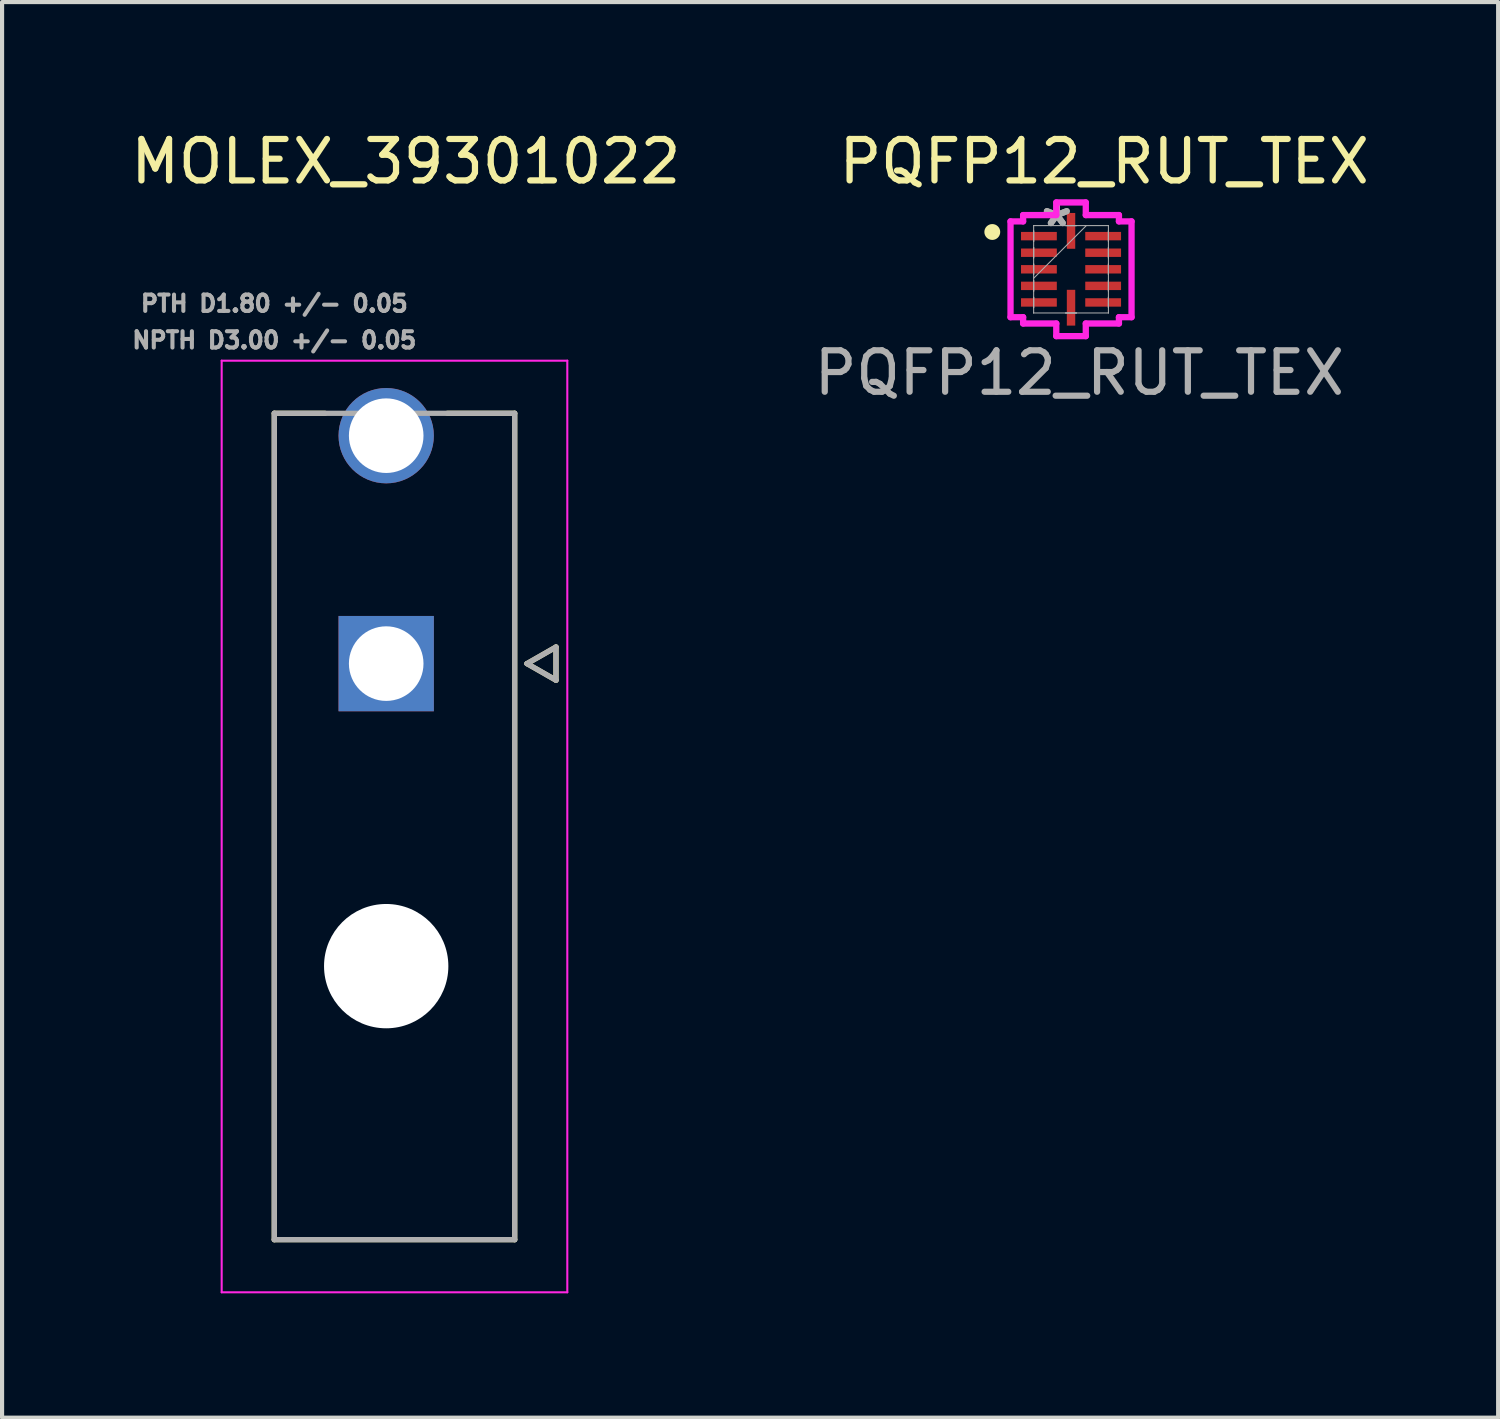
<source format=kicad_pcb>
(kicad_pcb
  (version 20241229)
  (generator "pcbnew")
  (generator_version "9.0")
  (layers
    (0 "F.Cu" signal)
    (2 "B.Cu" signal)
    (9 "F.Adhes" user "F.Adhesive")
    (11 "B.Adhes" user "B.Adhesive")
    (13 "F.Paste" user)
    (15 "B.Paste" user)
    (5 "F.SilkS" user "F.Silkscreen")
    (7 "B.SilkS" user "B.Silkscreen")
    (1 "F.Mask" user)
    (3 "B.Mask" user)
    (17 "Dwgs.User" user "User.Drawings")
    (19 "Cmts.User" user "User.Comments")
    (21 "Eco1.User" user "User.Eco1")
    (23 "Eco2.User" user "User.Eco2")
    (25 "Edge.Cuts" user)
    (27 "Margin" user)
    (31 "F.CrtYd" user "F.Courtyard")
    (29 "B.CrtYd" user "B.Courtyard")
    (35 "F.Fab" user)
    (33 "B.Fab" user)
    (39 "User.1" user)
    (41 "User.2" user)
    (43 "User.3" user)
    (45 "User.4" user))
  (footprint "PQFP12_RUT_TEX"
    (layer "F.Cu")
    (at 22.794 3.448)
    (property "Reference" "PQFP12_RUT_TEX" (at 0.8 -2.6 0) (unlocked yes) (layer "F.SilkS") (effects (font (size 1 1) (thickness 0.15))))
    (attr smd)
    (fp_circle (center -1.9 -0.9) (end -2 -1) (stroke (width 0.1) (type solid)) (fill yes) (layer "F.SilkS"))
    (fp_line (start -1.46 -1.156) (end -1.156 -1.156) (stroke (width 0.152) (type solid)) (layer "F.CrtYd"))
    (fp_line (start -1.46 1.156) (end -1.46 -1.156) (stroke (width 0.152) (type solid)) (layer "F.CrtYd"))
    (fp_line (start -1.156 -1.308) (end -0.356 -1.308) (stroke (width 0.152) (type solid)) (layer "F.CrtYd"))
    (fp_line (start -1.156 -1.156) (end -1.156 -1.308) (stroke (width 0.152) (type solid)) (layer "F.CrtYd"))
    (fp_line (start -1.156 1.156) (end -1.46 1.156) (stroke (width 0.152) (type solid)) (layer "F.CrtYd"))
    (fp_line (start -1.156 1.308) (end -1.156 1.156) (stroke (width 0.152) (type solid)) (layer "F.CrtYd"))
    (fp_line (start -0.356 -1.613) (end 0.356 -1.613) (stroke (width 0.152) (type solid)) (layer "F.CrtYd"))
    (fp_line (start -0.356 -1.308) (end -0.356 -1.613) (stroke (width 0.152) (type solid)) (layer "F.CrtYd"))
    (fp_line (start -0.356 1.308) (end -1.156 1.308) (stroke (width 0.152) (type solid)) (layer "F.CrtYd"))
    (fp_line (start -0.356 1.613) (end -0.356 1.308) (stroke (width 0.152) (type solid)) (layer "F.CrtYd"))
    (fp_line (start 0.356 -1.613) (end 0.356 -1.308) (stroke (width 0.152) (type solid)) (layer "F.CrtYd"))
    (fp_line (start 0.356 -1.308) (end 1.156 -1.308) (stroke (width 0.152) (type solid)) (layer "F.CrtYd"))
    (fp_line (start 0.356 1.308) (end 0.356 1.613) (stroke (width 0.152) (type solid)) (layer "F.CrtYd"))
    (fp_line (start 0.356 1.613) (end -0.356 1.613) (stroke (width 0.152) (type solid)) (layer "F.CrtYd"))
    (fp_line (start 1.156 -1.308) (end 1.156 -1.156) (stroke (width 0.152) (type solid)) (layer "F.CrtYd"))
    (fp_line (start 1.156 -1.156) (end 1.46 -1.156) (stroke (width 0.152) (type solid)) (layer "F.CrtYd"))
    (fp_line (start 1.156 1.156) (end 1.156 1.308) (stroke (width 0.152) (type solid)) (layer "F.CrtYd"))
    (fp_line (start 1.156 1.308) (end 0.356 1.308) (stroke (width 0.152) (type solid)) (layer "F.CrtYd"))
    (fp_line (start 1.46 -1.156) (end 1.46 1.156) (stroke (width 0.152) (type solid)) (layer "F.CrtYd"))
    (fp_line (start 1.46 1.156) (end 1.156 1.156) (stroke (width 0.152) (type solid)) (layer "F.CrtYd"))
    (fp_line (start -0.902 -1.054) (end -0.902 -1.054) (stroke (width 0.025) (type solid)) (layer "F.Fab"))
    (fp_line (start -0.902 -1.054) (end -0.902 1.054) (stroke (width 0.025) (type solid)) (layer "F.Fab"))
    (fp_line (start -0.902 -0.927) (end -0.902 -0.927) (stroke (width 0.025) (type solid)) (layer "F.Fab"))
    (fp_line (start -0.902 -0.927) (end -0.902 -0.673) (stroke (width 0.025) (type solid)) (layer "F.Fab"))
    (fp_line (start -0.902 -0.673) (end -0.902 -0.927) (stroke (width 0.025) (type solid)) (layer "F.Fab"))
    (fp_line (start -0.902 -0.673) (end -0.902 -0.673) (stroke (width 0.025) (type solid)) (layer "F.Fab"))
    (fp_line (start -0.902 -0.527) (end -0.902 -0.527) (stroke (width 0.025) (type solid)) (layer "F.Fab"))
    (fp_line (start -0.902 -0.527) (end -0.902 -0.273) (stroke (width 0.025) (type solid)) (layer "F.Fab"))
    (fp_line (start -0.902 -0.273) (end -0.902 -0.527) (stroke (width 0.025) (type solid)) (layer "F.Fab"))
    (fp_line (start -0.902 -0.273) (end -0.902 -0.273) (stroke (width 0.025) (type solid)) (layer "F.Fab"))
    (fp_line (start -0.902 -0.127) (end -0.902 -0.127) (stroke (width 0.025) (type solid)) (layer "F.Fab"))
    (fp_line (start -0.902 -0.127) (end -0.902 0.127) (stroke (width 0.025) (type solid)) (layer "F.Fab"))
    (fp_line (start -0.902 0.127) (end -0.902 -0.127) (stroke (width 0.025) (type solid)) (layer "F.Fab"))
    (fp_line (start -0.902 0.127) (end -0.902 0.127) (stroke (width 0.025) (type solid)) (layer "F.Fab"))
    (fp_line (start -0.902 0.216) (end 0.368 -1.054) (stroke (width 0.025) (type solid)) (layer "F.Fab"))
    (fp_line (start -0.902 0.273) (end -0.902 0.273) (stroke (width 0.025) (type solid)) (layer "F.Fab"))
    (fp_line (start -0.902 0.273) (end -0.902 0.527) (stroke (width 0.025) (type solid)) (layer "F.Fab"))
    (fp_line (start -0.902 0.527) (end -0.902 0.273) (stroke (width 0.025) (type solid)) (layer "F.Fab"))
    (fp_line (start -0.902 0.527) (end -0.902 0.527) (stroke (width 0.025) (type solid)) (layer "F.Fab"))
    (fp_line (start -0.902 0.673) (end -0.902 0.673) (stroke (width 0.025) (type solid)) (layer "F.Fab"))
    (fp_line (start -0.902 0.673) (end -0.902 0.927) (stroke (width 0.025) (type solid)) (layer "F.Fab"))
    (fp_line (start -0.902 0.927) (end -0.902 0.673) (stroke (width 0.025) (type solid)) (layer "F.Fab"))
    (fp_line (start -0.902 0.927) (end -0.902 0.927) (stroke (width 0.025) (type solid)) (layer "F.Fab"))
    (fp_line (start -0.902 1.054) (end -0.902 1.054) (stroke (width 0.025) (type solid)) (layer "F.Fab"))
    (fp_line (start -0.902 1.054) (end 0.902 1.054) (stroke (width 0.025) (type solid)) (layer "F.Fab"))
    (fp_line (start -0.127 -1.054) (end -0.127 -1.054) (stroke (width 0.025) (type solid)) (layer "F.Fab"))
    (fp_line (start -0.127 -1.054) (end 0.127 -1.054) (stroke (width 0.025) (type solid)) (layer "F.Fab"))
    (fp_line (start -0.127 1.054) (end -0.127 1.054) (stroke (width 0.025) (type solid)) (layer "F.Fab"))
    (fp_line (start -0.127 1.054) (end 0.127 1.054) (stroke (width 0.025) (type solid)) (layer "F.Fab"))
    (fp_line (start 0.127 -1.054) (end -0.127 -1.054) (stroke (width 0.025) (type solid)) (layer "F.Fab"))
    (fp_line (start 0.127 -1.054) (end 0.127 -1.054) (stroke (width 0.025) (type solid)) (layer "F.Fab"))
    (fp_line (start 0.127 1.054) (end -0.127 1.054) (stroke (width 0.025) (type solid)) (layer "F.Fab"))
    (fp_line (start 0.127 1.054) (end 0.127 1.054) (stroke (width 0.025) (type solid)) (layer "F.Fab"))
    (fp_line (start 0.902 -1.054) (end -0.902 -1.054) (stroke (width 0.025) (type solid)) (layer "F.Fab"))
    (fp_line (start 0.902 -1.054) (end 0.902 -1.054) (stroke (width 0.025) (type solid)) (layer "F.Fab"))
    (fp_line (start 0.902 -0.927) (end 0.902 -0.927) (stroke (width 0.025) (type solid)) (layer "F.Fab"))
    (fp_line (start 0.902 -0.927) (end 0.902 -0.673) (stroke (width 0.025) (type solid)) (layer "F.Fab"))
    (fp_line (start 0.902 -0.673) (end 0.902 -0.927) (stroke (width 0.025) (type solid)) (layer "F.Fab"))
    (fp_line (start 0.902 -0.673) (end 0.902 -0.673) (stroke (width 0.025) (type solid)) (layer "F.Fab"))
    (fp_line (start 0.902 -0.527) (end 0.902 -0.527) (stroke (width 0.025) (type solid)) (layer "F.Fab"))
    (fp_line (start 0.902 -0.527) (end 0.902 -0.273) (stroke (width 0.025) (type solid)) (layer "F.Fab"))
    (fp_line (start 0.902 -0.273) (end 0.902 -0.527) (stroke (width 0.025) (type solid)) (layer "F.Fab"))
    (fp_line (start 0.902 -0.273) (end 0.902 -0.273) (stroke (width 0.025) (type solid)) (layer "F.Fab"))
    (fp_line (start 0.902 -0.127) (end 0.902 -0.127) (stroke (width 0.025) (type solid)) (layer "F.Fab"))
    (fp_line (start 0.902 -0.127) (end 0.902 0.127) (stroke (width 0.025) (type solid)) (layer "F.Fab"))
    (fp_line (start 0.902 0.127) (end 0.902 -0.127) (stroke (width 0.025) (type solid)) (layer "F.Fab"))
    (fp_line (start 0.902 0.127) (end 0.902 0.127) (stroke (width 0.025) (type solid)) (layer "F.Fab"))
    (fp_line (start 0.902 0.273) (end 0.902 0.273) (stroke (width 0.025) (type solid)) (layer "F.Fab"))
    (fp_line (start 0.902 0.273) (end 0.902 0.527) (stroke (width 0.025) (type solid)) (layer "F.Fab"))
    (fp_line (start 0.902 0.527) (end 0.902 0.273) (stroke (width 0.025) (type solid)) (layer "F.Fab"))
    (fp_line (start 0.902 0.527) (end 0.902 0.527) (stroke (width 0.025) (type solid)) (layer "F.Fab"))
    (fp_line (start 0.902 0.673) (end 0.902 0.673) (stroke (width 0.025) (type solid)) (layer "F.Fab"))
    (fp_line (start 0.902 0.673) (end 0.902 0.927) (stroke (width 0.025) (type solid)) (layer "F.Fab"))
    (fp_line (start 0.902 0.927) (end 0.902 0.673) (stroke (width 0.025) (type solid)) (layer "F.Fab"))
    (fp_line (start 0.902 0.927) (end 0.902 0.927) (stroke (width 0.025) (type solid)) (layer "F.Fab"))
    (fp_line (start 0.902 1.054) (end 0.902 -1.054) (stroke (width 0.025) (type solid)) (layer "F.Fab"))
    (fp_line (start 0.902 1.054) (end 0.902 1.054) (stroke (width 0.025) (type solid)) (layer "F.Fab"))
    (fp_text user "*" (at -0.343 -1 0) (unlocked yes) (layer "F.Fab") (effects (font (size 1 1) (thickness 0.15))))
    (fp_text user "*" (at -0.343 -1 0) (layer "F.Fab") (effects (font (size 1 1) (thickness 0.15))))
    (fp_text user "${REFERENCE}" (at 0.2 2.5 0) (unlocked yes) (layer "F.Fab") (effects (font (size 1 1) (thickness 0.15))))
    (pad "1" smd rect (at -0.775 -0.8 90) (size 0.203 0.864) (layers "F.Cu" "F.Mask" "F.Paste"))
    (pad "2" smd rect (at -0.775 -0.4 90) (size 0.203 0.864) (layers "F.Cu" "F.Mask" "F.Paste"))
    (pad "3" smd rect (at -0.775 0 90) (size 0.203 0.864) (layers "F.Cu" "F.Mask" "F.Paste"))
    (pad "4" smd rect (at -0.775 0.4 90) (size 0.203 0.864) (layers "F.Cu" "F.Mask" "F.Paste"))
    (pad "5" smd rect (at -0.775 0.8 90) (size 0.203 0.864) (layers "F.Cu" "F.Mask" "F.Paste"))
    (pad "6" smd rect (at 0 0.927) (size 0.203 0.864) (layers "F.Cu" "F.Mask" "F.Paste"))
    (pad "7" smd rect (at 0.775 0.8 90) (size 0.203 0.864) (layers "F.Cu" "F.Mask" "F.Paste"))
    (pad "8" smd rect (at 0.775 0.4 90) (size 0.203 0.864) (layers "F.Cu" "F.Mask" "F.Paste"))
    (pad "9" smd rect (at 0.775 0 90) (size 0.203 0.864) (layers "F.Cu" "F.Mask" "F.Paste"))
    (pad "10" smd rect (at 0.775 -0.4 90) (size 0.203 0.864) (layers "F.Cu" "F.Mask" "F.Paste"))
    (pad "11" smd rect (at 0.775 -0.8 90) (size 0.203 0.864) (layers "F.Cu" "F.Mask" "F.Paste"))
    (pad "12" smd rect (at 0 -0.927) (size 0.203 0.864) (layers "F.Cu" "F.Mask" "F.Paste")))
  (footprint "MOLEX_39301022"
    (layer "F.Cu")
    (at 6.269 12.963)
    (property "Reference" "MOLEX_39301022" (at 0.475 -12.115 0) (layer "F.SilkS") (effects (font (size 1 1) (thickness 0.15))))
    (attr through_hole)
    (fp_circle (center 0 -5.5) (end 0.613 -5.5) (stroke (width 1.226) (type solid)) (fill no) (layer "F.Mask"))
    (fp_circle (center 0 7.3) (end 0.788 7.3) (stroke (width 1.576) (type solid)) (fill no) (layer "F.Mask"))
    (fp_poly (pts (xy -1.226 -1.226) (xy 1.226 -1.226) (xy 1.226 1.226) (xy -1.226 1.226)) (stroke (width 0.01) (type solid)) (fill yes) (layer "F.Mask"))
    (fp_circle (center 0 -5.5) (end 0.613 -5.5) (stroke (width 1.226) (type solid)) (fill no) (layer "B.Mask"))
    (fp_circle (center 0 7.3) (end 0.788 7.3) (stroke (width 1.576) (type solid)) (fill no) (layer "B.Mask"))
    (fp_poly (pts (xy -1.226 -1.226) (xy 1.226 -1.226) (xy 1.226 1.226) (xy -1.226 1.226)) (stroke (width 0.01) (type solid)) (fill yes) (layer "B.Mask"))
    (fp_line (start -2.7 -6.04) (end -1.476 -6.04) (stroke (width 0.127) (type solid)) (layer "F.SilkS"))
    (fp_line (start -2.7 13.9) (end -2.7 -6.04) (stroke (width 0.127) (type solid)) (layer "F.SilkS"))
    (fp_line (start 3.1 -6.04) (end 1.476 -6.04) (stroke (width 0.127) (type solid)) (layer "F.SilkS"))
    (fp_line (start 3.1 -6.04) (end 3.1 13.9) (stroke (width 0.127) (type solid)) (layer "F.SilkS"))
    (fp_line (start 3.1 13.9) (end -2.7 13.9) (stroke (width 0.127) (type solid)) (layer "F.SilkS"))
    (fp_line (start 3.397 0) (end 4.097 0.4) (stroke (width 0.127) (type solid)) (layer "F.SilkS"))
    (fp_line (start 4.097 -0.4) (end 3.397 0) (stroke (width 0.127) (type solid)) (layer "F.SilkS"))
    (fp_line (start 4.097 0.4) (end 4.097 -0.4) (stroke (width 0.127) (type solid)) (layer "F.SilkS"))
    (fp_line (start -3.97 -7.31) (end 4.37 -7.31) (stroke (width 0.05) (type solid)) (layer "F.CrtYd"))
    (fp_line (start -3.97 15.17) (end -3.97 -7.31) (stroke (width 0.05) (type solid)) (layer "F.CrtYd"))
    (fp_line (start 4.37 -7.31) (end 4.37 15.17) (stroke (width 0.05) (type solid)) (layer "F.CrtYd"))
    (fp_line (start 4.37 15.17) (end -3.97 15.17) (stroke (width 0.05) (type solid)) (layer "F.CrtYd"))
    (fp_line (start -2.7 -6.04) (end 3.1 -6.04) (stroke (width 0.127) (type solid)) (layer "F.Fab"))
    (fp_line (start -2.7 13.9) (end -2.7 -6.04) (stroke (width 0.127) (type solid)) (layer "F.Fab"))
    (fp_line (start 3.1 -6.04) (end 3.1 13.9) (stroke (width 0.127) (type solid)) (layer "F.Fab"))
    (fp_line (start 3.1 13.9) (end -2.7 13.9) (stroke (width 0.127) (type solid)) (layer "F.Fab"))
    (fp_line (start 3.397 0) (end 4.097 0.4) (stroke (width 0.127) (type solid)) (layer "F.Fab"))
    (fp_line (start 4.097 -0.4) (end 3.397 0) (stroke (width 0.127) (type solid)) (layer "F.Fab"))
    (fp_line (start 4.097 0.4) (end 4.097 -0.4) (stroke (width 0.127) (type solid)) (layer "F.Fab"))
    (fp_text user "NPTH D3.00 +/- 0.05" (at -2.7 -7.804 0) (layer "F.Fab") (effects (font (size 0.394 0.394) (thickness 0.15))))
    (fp_text user "PTH D1.80 +/- 0.05" (at -2.7 -8.688 0) (layer "F.Fab") (effects (font (size 0.394 0.394) (thickness 0.15))))
    (pad "" np_thru_hole circle (at 0 7.3) (size 3 3) (drill 3) (layers "*.Cu" "*.Mask"))
    (pad "1" thru_hole rect (at 0 0) (size 2.3 2.3) (drill 1.8) (layers "*.Cu"))
    (pad "2" thru_hole circle (at 0 -5.5) (size 2.3 2.3) (drill 1.8) (layers "*.Cu")))
  (gr_rect
    (start -3 -3)
    (end 33.1 31.158)
    (stroke (width 0.1) (type default))
    (fill no)
    (layer "Edge.Cuts")))
</source>
